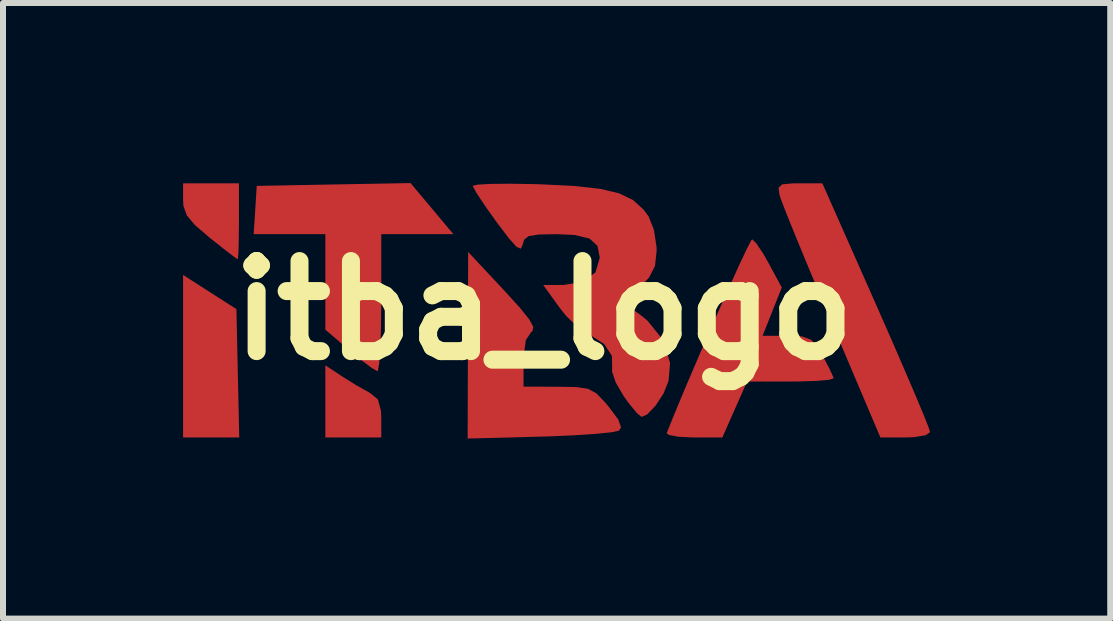
<source format=kicad_pcb>
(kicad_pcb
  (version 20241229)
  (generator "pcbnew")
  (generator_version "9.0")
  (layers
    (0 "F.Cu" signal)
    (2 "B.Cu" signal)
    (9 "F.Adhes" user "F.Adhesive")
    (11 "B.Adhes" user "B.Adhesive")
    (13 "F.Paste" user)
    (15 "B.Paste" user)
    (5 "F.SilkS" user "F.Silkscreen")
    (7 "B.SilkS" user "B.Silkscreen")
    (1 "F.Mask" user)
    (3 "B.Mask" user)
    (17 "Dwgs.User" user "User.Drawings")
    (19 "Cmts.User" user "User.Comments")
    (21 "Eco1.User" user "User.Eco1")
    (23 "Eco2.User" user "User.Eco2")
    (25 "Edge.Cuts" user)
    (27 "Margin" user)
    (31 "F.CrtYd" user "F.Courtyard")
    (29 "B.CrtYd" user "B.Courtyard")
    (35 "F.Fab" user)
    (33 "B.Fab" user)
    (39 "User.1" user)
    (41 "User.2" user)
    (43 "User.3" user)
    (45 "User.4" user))
  (footprint "itba_logo"
    (layer "F.Cu")
    (at 6.011 2.121)
    (property "Reference" "itba_logo" (at 0 0 0) (layer "F.SilkS") (effects (font (size 1.5 1.5) (thickness 0.3))))
    (attr board_only exclude_from_pos_files exclude_from_bom)
    (fp_poly (pts (xy -5.567 -0.306) (xy -5.122 -0.021) (xy -5.099 1.048) (xy -5.075 2.117) (xy -5.543 2.117) (xy -6.011 2.117) (xy -6.011 0.763) (xy -6.011 -0.591)) (stroke (width 0) (type solid)) (fill yes) (layer "F.Cu"))
    (fp_poly (pts (xy -3.366 1.097) (xy -3.13 1.244) (xy -2.919 1.363) (xy -2.9 1.373) (xy -2.766 1.483) (xy -2.714 1.673) (xy -2.709 1.792) (xy -2.709 2.117) (xy -3.175 2.117) (xy -3.641 2.117) (xy -3.641 1.516) (xy -3.641 0.915)) (stroke (width 0) (type solid)) (fill yes) (layer "F.Cu"))
    (fp_poly (pts (xy -5.08 -1.482) (xy -5.083 -1.179) (xy -5.089 -0.956) (xy -5.099 -0.853) (xy -5.101 -0.851) (xy -5.173 -0.901) (xy -5.34 -1.03) (xy -5.567 -1.21) (xy -5.567 -1.21) (xy -5.814 -1.422) (xy -5.95 -1.584) (xy -6.005 -1.74) (xy -6.011 -1.841) (xy -6.011 -2.117) (xy -5.546 -2.117) (xy -5.08 -2.117)) (stroke (width 0) (type solid)) (fill yes) (layer "F.Cu"))
    (fp_poly (pts (xy -1.864 -1.695) (xy -1.508 -1.27) (xy -2.109 -1.27) (xy -2.709 -1.27) (xy -2.709 -0.127) (xy -2.714 0.29) (xy -2.726 0.639) (xy -2.744 0.888) (xy -2.766 1.007) (xy -2.773 1.013) (xy -2.866 0.96) (xy -3.044 0.826) (xy -3.239 0.666) (xy -3.641 0.321) (xy -3.641 -0.474) (xy -3.641 -1.27) (xy -4.238 -1.27) (xy -4.835 -1.27) (xy -4.809 -1.672) (xy -4.784 -2.074) (xy -3.502 -2.098) (xy -2.221 -2.121)) (stroke (width 0) (type solid)) (fill yes) (layer "F.Cu"))
    (fp_poly (pts (xy 5.537 -0.089) (xy 5.778 0.459) (xy 5.994 0.957) (xy 6.177 1.384) (xy 6.318 1.72) (xy 6.406 1.942) (xy 6.435 2.028) (xy 6.358 2.08) (xy 6.161 2.112) (xy 6.02 2.117) (xy 5.606 2.117) (xy 4.79 0.193) (xy 4.561 -0.349) (xy 4.353 -0.847) (xy 4.176 -1.279) (xy 4.038 -1.62) (xy 3.951 -1.846) (xy 3.925 -1.923) (xy 3.909 -2.042) (xy 3.968 -2.099) (xy 4.139 -2.116) (xy 4.258 -2.117) (xy 4.639 -2.117)) (stroke (width 0) (type solid)) (fill yes) (layer "F.Cu"))
    (fp_poly (pts (xy -0.672 -0.343) (xy -0.403 -0.048) (xy -0.242 0.152) (xy -0.176 0.276) (xy -0.19 0.345) (xy -0.21 0.36) (xy -0.301 0.494) (xy -0.338 0.773) (xy -0.339 0.851) (xy -0.339 1.27) (xy 0.233 1.272) (xy 0.54 1.277) (xy 0.735 1.306) (xy 0.874 1.381) (xy 1.013 1.525) (xy 1.08 1.605) (xy 1.241 1.821) (xy 1.285 1.951) (xy 1.249 2.004) (xy 1.13 2.03) (xy 0.875 2.056) (xy 0.518 2.08) (xy 0.092 2.099) (xy -0.064 2.103) (xy -1.27 2.135) (xy -1.266 0.581) (xy -1.262 -0.974)) (stroke (width 0) (type solid)) (fill yes) (layer "F.Cu"))
    (fp_poly (pts (xy 3.539 -1.117) (xy 3.656 -0.942) (xy 3.746 -0.783) (xy 3.963 -0.381) (xy 3.803 0.021) (xy 3.643 0.423) (xy 4.05 0.423) (xy 4.303 0.434) (xy 4.454 0.491) (xy 4.57 0.631) (xy 4.641 0.752) (xy 4.753 0.962) (xy 4.819 1.106) (xy 4.826 1.133) (xy 4.748 1.157) (xy 4.539 1.175) (xy 4.239 1.184) (xy 4.105 1.185) (xy 3.385 1.185) (xy 3.179 1.651) (xy 2.973 2.117) (xy 2.495 2.117) (xy 2.243 2.105) (xy 2.081 2.076) (xy 2.046 2.044) (xy 2.175 1.724) (xy 2.338 1.332) (xy 2.524 0.896) (xy 2.72 0.442) (xy 2.916 -0.004) (xy 3.099 -0.414) (xy 3.257 -0.762) (xy 3.379 -1.021) (xy 3.454 -1.165) (xy 3.469 -1.185)) (stroke (width 0) (type solid)) (fill yes) (layer "F.Cu"))
    (fp_poly (pts (xy -0.164 -2.104) (xy -0.064 -2.101) (xy 0.508 -2.073) (xy 0.937 -2.025) (xy 1.254 -1.95) (xy 1.485 -1.838) (xy 1.658 -1.682) (xy 1.745 -1.564) (xy 1.833 -1.343) (xy 1.876 -1.06) (xy 1.878 -0.994) (xy 1.851 -0.74) (xy 1.752 -0.547) (xy 1.573 -0.36) (xy 1.415 -0.202) (xy 1.344 -0.103) (xy 1.353 -0.085) (xy 1.46 -0.033) (xy 1.638 0.098) (xy 1.727 0.173) (xy 1.995 0.504) (xy 2.102 0.879) (xy 2.077 1.174) (xy 1.996 1.379) (xy 1.863 1.584) (xy 1.721 1.733) (xy 1.627 1.775) (xy 1.548 1.709) (xy 1.413 1.545) (xy 1.328 1.427) (xy 1.198 1.203) (xy 1.135 1.019) (xy 1.137 0.959) (xy 1.133 0.757) (xy 1.003 0.559) (xy 0.781 0.417) (xy 0.767 0.412) (xy 0.582 0.297) (xy 0.371 0.092) (xy 0.26 -0.047) (xy -0.011 -0.423) (xy 0.327 -0.423) (xy 0.653 -0.478) (xy 0.86 -0.634) (xy 0.931 -0.878) (xy 0.893 -1.075) (xy 0.76 -1.197) (xy 0.509 -1.257) (xy 0.201 -1.27) (xy -0.091 -1.264) (xy -0.255 -1.237) (xy -0.33 -1.176) (xy -0.354 -1.093) (xy -0.385 -1.028) (xy -0.456 -1.059) (xy -0.585 -1.203) (xy -0.783 -1.464) (xy -0.971 -1.728) (xy -1.112 -1.939) (xy -1.182 -2.062) (xy -1.185 -2.075) (xy -1.106 -2.095) (xy -0.888 -2.107) (xy -0.564 -2.11)) (stroke (width 0) (type solid)) (fill yes) (layer "F.Cu")))
  (gr_rect
    (start -3 -3)
    (end 15.446 7.256)
    (stroke (width 0.1) (type default))
    (fill no)
    (layer "Edge.Cuts")))
</source>
